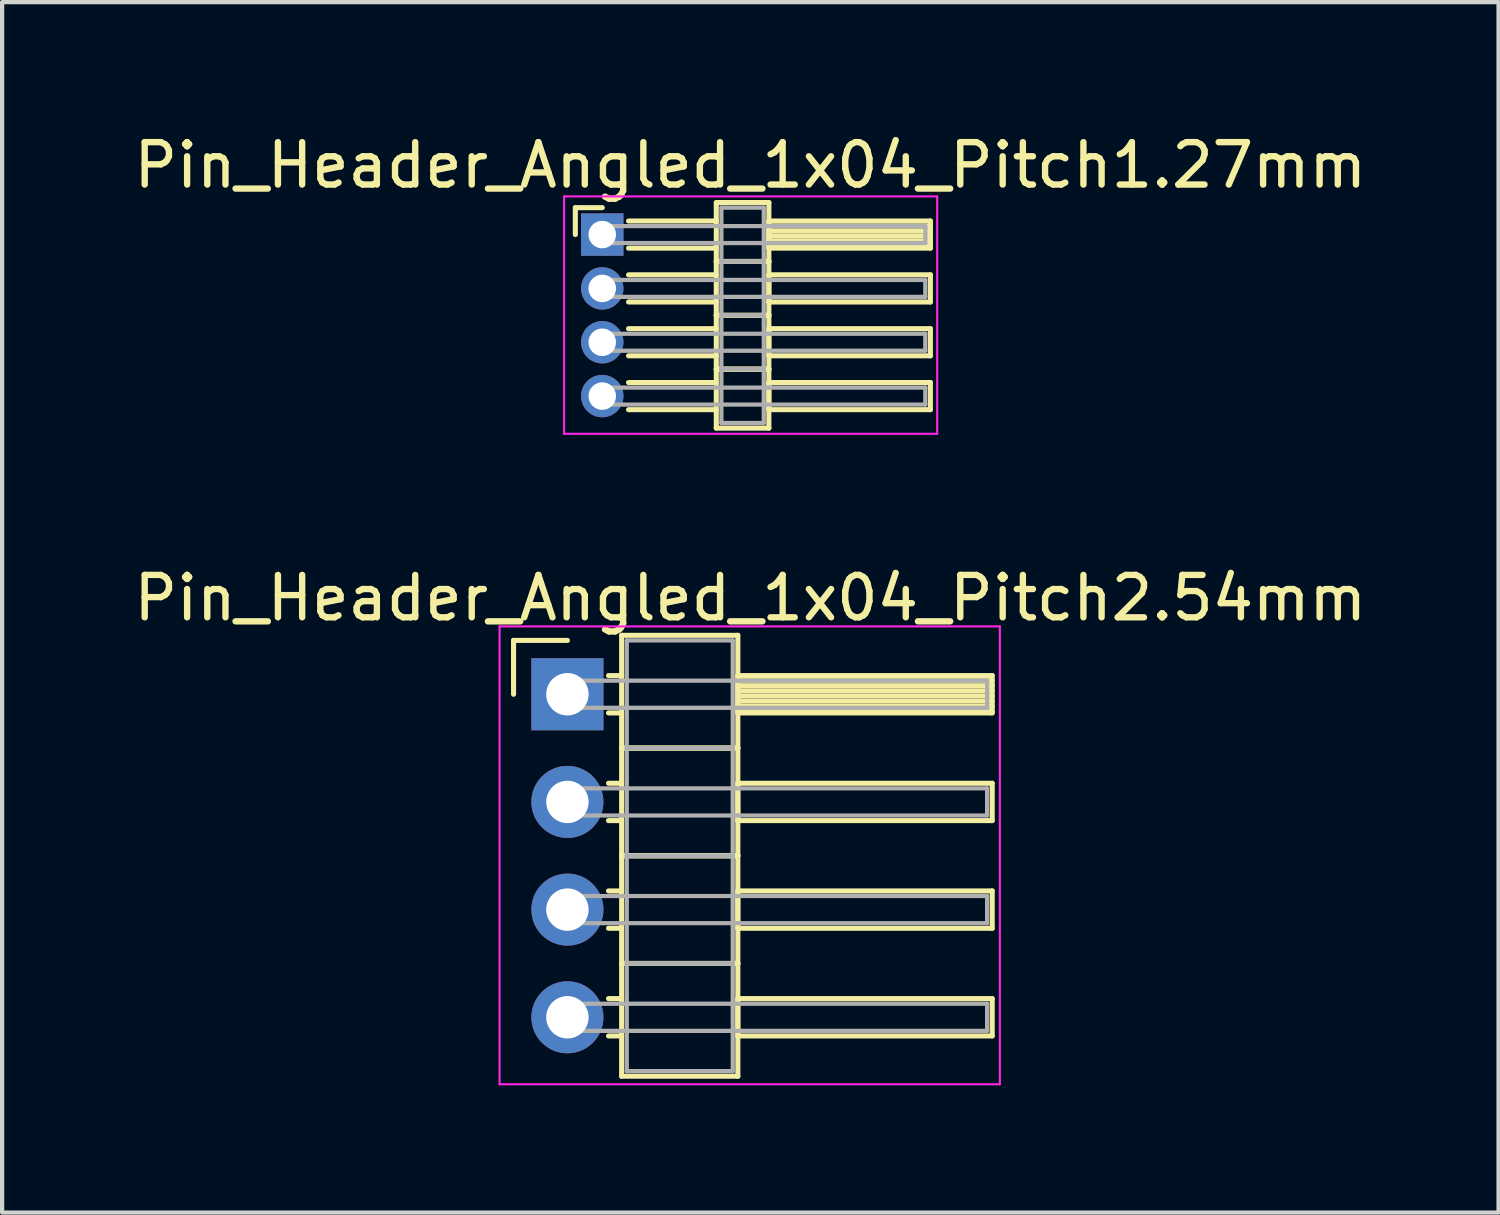
<source format=kicad_pcb>
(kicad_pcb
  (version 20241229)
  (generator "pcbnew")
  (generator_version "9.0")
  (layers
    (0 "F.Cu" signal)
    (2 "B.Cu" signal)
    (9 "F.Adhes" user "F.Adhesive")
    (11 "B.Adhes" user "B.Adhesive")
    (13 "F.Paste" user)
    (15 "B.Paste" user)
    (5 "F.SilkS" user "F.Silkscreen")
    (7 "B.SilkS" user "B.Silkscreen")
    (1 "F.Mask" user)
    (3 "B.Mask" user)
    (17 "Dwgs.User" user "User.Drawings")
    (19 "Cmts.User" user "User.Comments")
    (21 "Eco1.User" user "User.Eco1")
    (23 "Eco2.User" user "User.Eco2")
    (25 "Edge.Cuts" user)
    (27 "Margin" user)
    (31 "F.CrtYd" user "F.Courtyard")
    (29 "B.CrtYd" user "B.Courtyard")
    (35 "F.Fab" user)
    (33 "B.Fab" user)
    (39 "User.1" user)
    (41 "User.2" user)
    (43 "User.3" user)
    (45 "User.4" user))
  (footprint "Pin_Header_Angled_1x04_Pitch1.27mm"
    (layer "F.Cu")
    (at 11.156 2.483)
    (property "Reference" "Pin_Header_Angled_1x04_Pitch1.27mm" (at 3.493 -1.635 0) (layer "F.SilkS") (effects (font (size 1 1) (thickness 0.15))))
    (attr through_hole)
    (fp_line (start -0.635 -0.635) (end 0 -0.635) (stroke (width 0.12) (type solid)) (layer "F.SilkS"))
    (fp_line (start -0.635 0) (end -0.635 -0.635) (stroke (width 0.12) (type solid)) (layer "F.SilkS"))
    (fp_line (start 0.62 -0.32) (end 2.69 -0.32) (stroke (width 0.12) (type solid)) (layer "F.SilkS"))
    (fp_line (start 0.62 0.32) (end 2.69 0.32) (stroke (width 0.12) (type solid)) (layer "F.SilkS"))
    (fp_line (start 0.62 0.95) (end 2.69 0.95) (stroke (width 0.12) (type solid)) (layer "F.SilkS"))
    (fp_line (start 0.62 1.59) (end 2.69 1.59) (stroke (width 0.12) (type solid)) (layer "F.SilkS"))
    (fp_line (start 0.62 2.22) (end 2.69 2.22) (stroke (width 0.12) (type solid)) (layer "F.SilkS"))
    (fp_line (start 0.62 2.86) (end 2.69 2.86) (stroke (width 0.12) (type solid)) (layer "F.SilkS"))
    (fp_line (start 0.62 3.49) (end 2.69 3.49) (stroke (width 0.12) (type solid)) (layer "F.SilkS"))
    (fp_line (start 0.62 4.13) (end 2.69 4.13) (stroke (width 0.12) (type solid)) (layer "F.SilkS"))
    (fp_line (start 2.69 -0.755) (end 2.69 0.635) (stroke (width 0.12) (type solid)) (layer "F.SilkS"))
    (fp_line (start 2.69 0.635) (end 2.69 1.905) (stroke (width 0.12) (type solid)) (layer "F.SilkS"))
    (fp_line (start 2.69 0.635) (end 3.93 0.635) (stroke (width 0.12) (type solid)) (layer "F.SilkS"))
    (fp_line (start 2.69 1.905) (end 2.69 3.175) (stroke (width 0.12) (type solid)) (layer "F.SilkS"))
    (fp_line (start 2.69 1.905) (end 3.93 1.905) (stroke (width 0.12) (type solid)) (layer "F.SilkS"))
    (fp_line (start 2.69 3.175) (end 2.69 4.565) (stroke (width 0.12) (type solid)) (layer "F.SilkS"))
    (fp_line (start 2.69 3.175) (end 3.93 3.175) (stroke (width 0.12) (type solid)) (layer "F.SilkS"))
    (fp_line (start 2.69 4.565) (end 3.93 4.565) (stroke (width 0.12) (type solid)) (layer "F.SilkS"))
    (fp_line (start 3.93 -0.755) (end 2.69 -0.755) (stroke (width 0.12) (type solid)) (layer "F.SilkS"))
    (fp_line (start 3.93 -0.32) (end 3.93 0.32) (stroke (width 0.12) (type solid)) (layer "F.SilkS"))
    (fp_line (start 3.93 -0.2) (end 7.74 -0.2) (stroke (width 0.12) (type solid)) (layer "F.SilkS"))
    (fp_line (start 3.93 -0.08) (end 7.74 -0.08) (stroke (width 0.12) (type solid)) (layer "F.SilkS"))
    (fp_line (start 3.93 0.04) (end 7.74 0.04) (stroke (width 0.12) (type solid)) (layer "F.SilkS"))
    (fp_line (start 3.93 0.16) (end 7.74 0.16) (stroke (width 0.12) (type solid)) (layer "F.SilkS"))
    (fp_line (start 3.93 0.28) (end 7.74 0.28) (stroke (width 0.12) (type solid)) (layer "F.SilkS"))
    (fp_line (start 3.93 0.32) (end 7.74 0.32) (stroke (width 0.12) (type solid)) (layer "F.SilkS"))
    (fp_line (start 3.93 0.635) (end 2.69 0.635) (stroke (width 0.12) (type solid)) (layer "F.SilkS"))
    (fp_line (start 3.93 0.635) (end 3.93 -0.755) (stroke (width 0.12) (type solid)) (layer "F.SilkS"))
    (fp_line (start 3.93 0.95) (end 3.93 1.59) (stroke (width 0.12) (type solid)) (layer "F.SilkS"))
    (fp_line (start 3.93 1.59) (end 7.74 1.59) (stroke (width 0.12) (type solid)) (layer "F.SilkS"))
    (fp_line (start 3.93 1.905) (end 2.69 1.905) (stroke (width 0.12) (type solid)) (layer "F.SilkS"))
    (fp_line (start 3.93 1.905) (end 3.93 0.635) (stroke (width 0.12) (type solid)) (layer "F.SilkS"))
    (fp_line (start 3.93 2.22) (end 3.93 2.86) (stroke (width 0.12) (type solid)) (layer "F.SilkS"))
    (fp_line (start 3.93 2.86) (end 7.74 2.86) (stroke (width 0.12) (type solid)) (layer "F.SilkS"))
    (fp_line (start 3.93 3.175) (end 2.69 3.175) (stroke (width 0.12) (type solid)) (layer "F.SilkS"))
    (fp_line (start 3.93 3.175) (end 3.93 1.905) (stroke (width 0.12) (type solid)) (layer "F.SilkS"))
    (fp_line (start 3.93 3.49) (end 3.93 4.13) (stroke (width 0.12) (type solid)) (layer "F.SilkS"))
    (fp_line (start 3.93 4.13) (end 7.74 4.13) (stroke (width 0.12) (type solid)) (layer "F.SilkS"))
    (fp_line (start 3.93 4.565) (end 3.93 3.175) (stroke (width 0.12) (type solid)) (layer "F.SilkS"))
    (fp_line (start 7.74 -0.32) (end 3.93 -0.32) (stroke (width 0.12) (type solid)) (layer "F.SilkS"))
    (fp_line (start 7.74 0.32) (end 7.74 -0.32) (stroke (width 0.12) (type solid)) (layer "F.SilkS"))
    (fp_line (start 7.74 0.95) (end 3.93 0.95) (stroke (width 0.12) (type solid)) (layer "F.SilkS"))
    (fp_line (start 7.74 1.59) (end 7.74 0.95) (stroke (width 0.12) (type solid)) (layer "F.SilkS"))
    (fp_line (start 7.74 2.22) (end 3.93 2.22) (stroke (width 0.12) (type solid)) (layer "F.SilkS"))
    (fp_line (start 7.74 2.86) (end 7.74 2.22) (stroke (width 0.12) (type solid)) (layer "F.SilkS"))
    (fp_line (start 7.74 3.49) (end 3.93 3.49) (stroke (width 0.12) (type solid)) (layer "F.SilkS"))
    (fp_line (start 7.74 4.13) (end 7.74 3.49) (stroke (width 0.12) (type solid)) (layer "F.SilkS"))
    (fp_line (start -0.9 -0.9) (end -0.9 4.7) (stroke (width 0.05) (type solid)) (layer "F.CrtYd"))
    (fp_line (start -0.9 4.7) (end 7.9 4.7) (stroke (width 0.05) (type solid)) (layer "F.CrtYd"))
    (fp_line (start 7.9 -0.9) (end -0.9 -0.9) (stroke (width 0.05) (type solid)) (layer "F.CrtYd"))
    (fp_line (start 7.9 4.7) (end 7.9 -0.9) (stroke (width 0.05) (type solid)) (layer "F.CrtYd"))
    (fp_line (start 0 -0.2) (end 0 0.2) (stroke (width 0.1) (type solid)) (layer "F.Fab"))
    (fp_line (start 0 0.2) (end 7.62 0.2) (stroke (width 0.1) (type solid)) (layer "F.Fab"))
    (fp_line (start 0 1.07) (end 0 1.47) (stroke (width 0.1) (type solid)) (layer "F.Fab"))
    (fp_line (start 0 1.47) (end 7.62 1.47) (stroke (width 0.1) (type solid)) (layer "F.Fab"))
    (fp_line (start 0 2.34) (end 0 2.74) (stroke (width 0.1) (type solid)) (layer "F.Fab"))
    (fp_line (start 0 2.74) (end 7.62 2.74) (stroke (width 0.1) (type solid)) (layer "F.Fab"))
    (fp_line (start 0 3.61) (end 0 4.01) (stroke (width 0.1) (type solid)) (layer "F.Fab"))
    (fp_line (start 0 4.01) (end 7.62 4.01) (stroke (width 0.1) (type solid)) (layer "F.Fab"))
    (fp_line (start 2.81 -0.635) (end 2.81 0.635) (stroke (width 0.1) (type solid)) (layer "F.Fab"))
    (fp_line (start 2.81 0.635) (end 2.81 1.905) (stroke (width 0.1) (type solid)) (layer "F.Fab"))
    (fp_line (start 2.81 0.635) (end 3.81 0.635) (stroke (width 0.1) (type solid)) (layer "F.Fab"))
    (fp_line (start 2.81 1.905) (end 2.81 3.175) (stroke (width 0.1) (type solid)) (layer "F.Fab"))
    (fp_line (start 2.81 1.905) (end 3.81 1.905) (stroke (width 0.1) (type solid)) (layer "F.Fab"))
    (fp_line (start 2.81 3.175) (end 2.81 4.445) (stroke (width 0.1) (type solid)) (layer "F.Fab"))
    (fp_line (start 2.81 3.175) (end 3.81 3.175) (stroke (width 0.1) (type solid)) (layer "F.Fab"))
    (fp_line (start 2.81 4.445) (end 3.81 4.445) (stroke (width 0.1) (type solid)) (layer "F.Fab"))
    (fp_line (start 3.81 -0.635) (end 2.81 -0.635) (stroke (width 0.1) (type solid)) (layer "F.Fab"))
    (fp_line (start 3.81 0.635) (end 2.81 0.635) (stroke (width 0.1) (type solid)) (layer "F.Fab"))
    (fp_line (start 3.81 0.635) (end 3.81 -0.635) (stroke (width 0.1) (type solid)) (layer "F.Fab"))
    (fp_line (start 3.81 1.905) (end 2.81 1.905) (stroke (width 0.1) (type solid)) (layer "F.Fab"))
    (fp_line (start 3.81 1.905) (end 3.81 0.635) (stroke (width 0.1) (type solid)) (layer "F.Fab"))
    (fp_line (start 3.81 3.175) (end 2.81 3.175) (stroke (width 0.1) (type solid)) (layer "F.Fab"))
    (fp_line (start 3.81 3.175) (end 3.81 1.905) (stroke (width 0.1) (type solid)) (layer "F.Fab"))
    (fp_line (start 3.81 4.445) (end 3.81 3.175) (stroke (width 0.1) (type solid)) (layer "F.Fab"))
    (fp_line (start 7.62 -0.2) (end 0 -0.2) (stroke (width 0.1) (type solid)) (layer "F.Fab"))
    (fp_line (start 7.62 0.2) (end 7.62 -0.2) (stroke (width 0.1) (type solid)) (layer "F.Fab"))
    (fp_line (start 7.62 1.07) (end 0 1.07) (stroke (width 0.1) (type solid)) (layer "F.Fab"))
    (fp_line (start 7.62 1.47) (end 7.62 1.07) (stroke (width 0.1) (type solid)) (layer "F.Fab"))
    (fp_line (start 7.62 2.34) (end 0 2.34) (stroke (width 0.1) (type solid)) (layer "F.Fab"))
    (fp_line (start 7.62 2.74) (end 7.62 2.34) (stroke (width 0.1) (type solid)) (layer "F.Fab"))
    (fp_line (start 7.62 3.61) (end 0 3.61) (stroke (width 0.1) (type solid)) (layer "F.Fab"))
    (fp_line (start 7.62 4.01) (end 7.62 3.61) (stroke (width 0.1) (type solid)) (layer "F.Fab"))
    (pad "1" thru_hole rect (at 0 0) (size 1 1) (drill 0.65) (layers "*.Cu" "*.Mask"))
    (pad "2" thru_hole oval (at 0 1.27) (size 1 1) (drill 0.65) (layers "*.Cu" "*.Mask"))
    (pad "3" thru_hole oval (at 0 2.54) (size 1 1) (drill 0.65) (layers "*.Cu" "*.Mask"))
    (pad "4" thru_hole oval (at 0 3.81) (size 1 1) (drill 0.65) (layers "*.Cu" "*.Mask")))
  (footprint "Pin_Header_Angled_1x04_Pitch2.54mm"
    (layer "F.Cu")
    (at 10.334 13.326)
    (property "Reference" "Pin_Header_Angled_1x04_Pitch2.54mm" (at 4.315 -2.27 0) (layer "F.SilkS") (effects (font (size 1 1) (thickness 0.15))))
    (attr through_hole)
    (fp_line (start -1.27 -1.27) (end 0 -1.27) (stroke (width 0.12) (type solid)) (layer "F.SilkS"))
    (fp_line (start -1.27 0) (end -1.27 -1.27) (stroke (width 0.12) (type solid)) (layer "F.SilkS"))
    (fp_line (start 0.97 -0.44) (end 1.28 -0.44) (stroke (width 0.12) (type solid)) (layer "F.SilkS"))
    (fp_line (start 0.97 0.44) (end 1.28 0.44) (stroke (width 0.12) (type solid)) (layer "F.SilkS"))
    (fp_line (start 0.97 2.1) (end 1.28 2.1) (stroke (width 0.12) (type solid)) (layer "F.SilkS"))
    (fp_line (start 0.97 2.98) (end 1.28 2.98) (stroke (width 0.12) (type solid)) (layer "F.SilkS"))
    (fp_line (start 0.97 4.64) (end 1.28 4.64) (stroke (width 0.12) (type solid)) (layer "F.SilkS"))
    (fp_line (start 0.97 5.52) (end 1.28 5.52) (stroke (width 0.12) (type solid)) (layer "F.SilkS"))
    (fp_line (start 0.97 7.18) (end 1.28 7.18) (stroke (width 0.12) (type solid)) (layer "F.SilkS"))
    (fp_line (start 0.97 8.06) (end 1.28 8.06) (stroke (width 0.12) (type solid)) (layer "F.SilkS"))
    (fp_line (start 1.28 -1.39) (end 1.28 1.27) (stroke (width 0.12) (type solid)) (layer "F.SilkS"))
    (fp_line (start 1.28 1.27) (end 1.28 3.81) (stroke (width 0.12) (type solid)) (layer "F.SilkS"))
    (fp_line (start 1.28 1.27) (end 4.02 1.27) (stroke (width 0.12) (type solid)) (layer "F.SilkS"))
    (fp_line (start 1.28 3.81) (end 1.28 6.35) (stroke (width 0.12) (type solid)) (layer "F.SilkS"))
    (fp_line (start 1.28 3.81) (end 4.02 3.81) (stroke (width 0.12) (type solid)) (layer "F.SilkS"))
    (fp_line (start 1.28 6.35) (end 1.28 9.01) (stroke (width 0.12) (type solid)) (layer "F.SilkS"))
    (fp_line (start 1.28 6.35) (end 4.02 6.35) (stroke (width 0.12) (type solid)) (layer "F.SilkS"))
    (fp_line (start 1.28 9.01) (end 4.02 9.01) (stroke (width 0.12) (type solid)) (layer "F.SilkS"))
    (fp_line (start 4.02 -1.39) (end 1.28 -1.39) (stroke (width 0.12) (type solid)) (layer "F.SilkS"))
    (fp_line (start 4.02 -0.44) (end 4.02 0.44) (stroke (width 0.12) (type solid)) (layer "F.SilkS"))
    (fp_line (start 4.02 -0.32) (end 10.02 -0.32) (stroke (width 0.12) (type solid)) (layer "F.SilkS"))
    (fp_line (start 4.02 -0.2) (end 10.02 -0.2) (stroke (width 0.12) (type solid)) (layer "F.SilkS"))
    (fp_line (start 4.02 -0.08) (end 10.02 -0.08) (stroke (width 0.12) (type solid)) (layer "F.SilkS"))
    (fp_line (start 4.02 0.04) (end 10.02 0.04) (stroke (width 0.12) (type solid)) (layer "F.SilkS"))
    (fp_line (start 4.02 0.16) (end 10.02 0.16) (stroke (width 0.12) (type solid)) (layer "F.SilkS"))
    (fp_line (start 4.02 0.28) (end 10.02 0.28) (stroke (width 0.12) (type solid)) (layer "F.SilkS"))
    (fp_line (start 4.02 0.4) (end 10.02 0.4) (stroke (width 0.12) (type solid)) (layer "F.SilkS"))
    (fp_line (start 4.02 0.44) (end 10.02 0.44) (stroke (width 0.12) (type solid)) (layer "F.SilkS"))
    (fp_line (start 4.02 1.27) (end 1.28 1.27) (stroke (width 0.12) (type solid)) (layer "F.SilkS"))
    (fp_line (start 4.02 1.27) (end 4.02 -1.39) (stroke (width 0.12) (type solid)) (layer "F.SilkS"))
    (fp_line (start 4.02 2.1) (end 4.02 2.98) (stroke (width 0.12) (type solid)) (layer "F.SilkS"))
    (fp_line (start 4.02 2.98) (end 10.02 2.98) (stroke (width 0.12) (type solid)) (layer "F.SilkS"))
    (fp_line (start 4.02 3.81) (end 1.28 3.81) (stroke (width 0.12) (type solid)) (layer "F.SilkS"))
    (fp_line (start 4.02 3.81) (end 4.02 1.27) (stroke (width 0.12) (type solid)) (layer "F.SilkS"))
    (fp_line (start 4.02 4.64) (end 4.02 5.52) (stroke (width 0.12) (type solid)) (layer "F.SilkS"))
    (fp_line (start 4.02 5.52) (end 10.02 5.52) (stroke (width 0.12) (type solid)) (layer "F.SilkS"))
    (fp_line (start 4.02 6.35) (end 1.28 6.35) (stroke (width 0.12) (type solid)) (layer "F.SilkS"))
    (fp_line (start 4.02 6.35) (end 4.02 3.81) (stroke (width 0.12) (type solid)) (layer "F.SilkS"))
    (fp_line (start 4.02 7.18) (end 4.02 8.06) (stroke (width 0.12) (type solid)) (layer "F.SilkS"))
    (fp_line (start 4.02 8.06) (end 10.02 8.06) (stroke (width 0.12) (type solid)) (layer "F.SilkS"))
    (fp_line (start 4.02 9.01) (end 4.02 6.35) (stroke (width 0.12) (type solid)) (layer "F.SilkS"))
    (fp_line (start 10.02 -0.44) (end 4.02 -0.44) (stroke (width 0.12) (type solid)) (layer "F.SilkS"))
    (fp_line (start 10.02 0.44) (end 10.02 -0.44) (stroke (width 0.12) (type solid)) (layer "F.SilkS"))
    (fp_line (start 10.02 2.1) (end 4.02 2.1) (stroke (width 0.12) (type solid)) (layer "F.SilkS"))
    (fp_line (start 10.02 2.98) (end 10.02 2.1) (stroke (width 0.12) (type solid)) (layer "F.SilkS"))
    (fp_line (start 10.02 4.64) (end 4.02 4.64) (stroke (width 0.12) (type solid)) (layer "F.SilkS"))
    (fp_line (start 10.02 5.52) (end 10.02 4.64) (stroke (width 0.12) (type solid)) (layer "F.SilkS"))
    (fp_line (start 10.02 7.18) (end 4.02 7.18) (stroke (width 0.12) (type solid)) (layer "F.SilkS"))
    (fp_line (start 10.02 8.06) (end 10.02 7.18) (stroke (width 0.12) (type solid)) (layer "F.SilkS"))
    (fp_line (start -1.6 -1.6) (end -1.6 9.2) (stroke (width 0.05) (type solid)) (layer "F.CrtYd"))
    (fp_line (start -1.6 9.2) (end 10.2 9.2) (stroke (width 0.05) (type solid)) (layer "F.CrtYd"))
    (fp_line (start 10.2 -1.6) (end -1.6 -1.6) (stroke (width 0.05) (type solid)) (layer "F.CrtYd"))
    (fp_line (start 10.2 9.2) (end 10.2 -1.6) (stroke (width 0.05) (type solid)) (layer "F.CrtYd"))
    (fp_line (start 0 -0.32) (end 0 0.32) (stroke (width 0.1) (type solid)) (layer "F.Fab"))
    (fp_line (start 0 0.32) (end 9.9 0.32) (stroke (width 0.1) (type solid)) (layer "F.Fab"))
    (fp_line (start 0 2.22) (end 0 2.86) (stroke (width 0.1) (type solid)) (layer "F.Fab"))
    (fp_line (start 0 2.86) (end 9.9 2.86) (stroke (width 0.1) (type solid)) (layer "F.Fab"))
    (fp_line (start 0 4.76) (end 0 5.4) (stroke (width 0.1) (type solid)) (layer "F.Fab"))
    (fp_line (start 0 5.4) (end 9.9 5.4) (stroke (width 0.1) (type solid)) (layer "F.Fab"))
    (fp_line (start 0 7.3) (end 0 7.94) (stroke (width 0.1) (type solid)) (layer "F.Fab"))
    (fp_line (start 0 7.94) (end 9.9 7.94) (stroke (width 0.1) (type solid)) (layer "F.Fab"))
    (fp_line (start 1.4 -1.27) (end 1.4 1.27) (stroke (width 0.1) (type solid)) (layer "F.Fab"))
    (fp_line (start 1.4 1.27) (end 1.4 3.81) (stroke (width 0.1) (type solid)) (layer "F.Fab"))
    (fp_line (start 1.4 1.27) (end 3.9 1.27) (stroke (width 0.1) (type solid)) (layer "F.Fab"))
    (fp_line (start 1.4 3.81) (end 1.4 6.35) (stroke (width 0.1) (type solid)) (layer "F.Fab"))
    (fp_line (start 1.4 3.81) (end 3.9 3.81) (stroke (width 0.1) (type solid)) (layer "F.Fab"))
    (fp_line (start 1.4 6.35) (end 1.4 8.89) (stroke (width 0.1) (type solid)) (layer "F.Fab"))
    (fp_line (start 1.4 6.35) (end 3.9 6.35) (stroke (width 0.1) (type solid)) (layer "F.Fab"))
    (fp_line (start 1.4 8.89) (end 3.9 8.89) (stroke (width 0.1) (type solid)) (layer "F.Fab"))
    (fp_line (start 3.9 -1.27) (end 1.4 -1.27) (stroke (width 0.1) (type solid)) (layer "F.Fab"))
    (fp_line (start 3.9 1.27) (end 1.4 1.27) (stroke (width 0.1) (type solid)) (layer "F.Fab"))
    (fp_line (start 3.9 1.27) (end 3.9 -1.27) (stroke (width 0.1) (type solid)) (layer "F.Fab"))
    (fp_line (start 3.9 3.81) (end 1.4 3.81) (stroke (width 0.1) (type solid)) (layer "F.Fab"))
    (fp_line (start 3.9 3.81) (end 3.9 1.27) (stroke (width 0.1) (type solid)) (layer "F.Fab"))
    (fp_line (start 3.9 6.35) (end 1.4 6.35) (stroke (width 0.1) (type solid)) (layer "F.Fab"))
    (fp_line (start 3.9 6.35) (end 3.9 3.81) (stroke (width 0.1) (type solid)) (layer "F.Fab"))
    (fp_line (start 3.9 8.89) (end 3.9 6.35) (stroke (width 0.1) (type solid)) (layer "F.Fab"))
    (fp_line (start 9.9 -0.32) (end 0 -0.32) (stroke (width 0.1) (type solid)) (layer "F.Fab"))
    (fp_line (start 9.9 0.32) (end 9.9 -0.32) (stroke (width 0.1) (type solid)) (layer "F.Fab"))
    (fp_line (start 9.9 2.22) (end 0 2.22) (stroke (width 0.1) (type solid)) (layer "F.Fab"))
    (fp_line (start 9.9 2.86) (end 9.9 2.22) (stroke (width 0.1) (type solid)) (layer "F.Fab"))
    (fp_line (start 9.9 4.76) (end 0 4.76) (stroke (width 0.1) (type solid)) (layer "F.Fab"))
    (fp_line (start 9.9 5.4) (end 9.9 4.76) (stroke (width 0.1) (type solid)) (layer "F.Fab"))
    (fp_line (start 9.9 7.3) (end 0 7.3) (stroke (width 0.1) (type solid)) (layer "F.Fab"))
    (fp_line (start 9.9 7.94) (end 9.9 7.3) (stroke (width 0.1) (type solid)) (layer "F.Fab"))
    (pad "1" thru_hole rect (at 0 0) (size 1.7 1.7) (drill 1) (layers "*.Cu" "*.Mask"))
    (pad "2" thru_hole oval (at 0 2.54) (size 1.7 1.7) (drill 1) (layers "*.Cu" "*.Mask"))
    (pad "3" thru_hole oval (at 0 5.08) (size 1.7 1.7) (drill 1) (layers "*.Cu" "*.Mask"))
    (pad "4" thru_hole oval (at 0 7.62) (size 1.7 1.7) (drill 1) (layers "*.Cu" "*.Mask")))
  (gr_rect
    (start -3 -3)
    (end 32.298 25.552)
    (stroke (width 0.1) (type default))
    (fill no)
    (layer "Edge.Cuts")))
</source>
